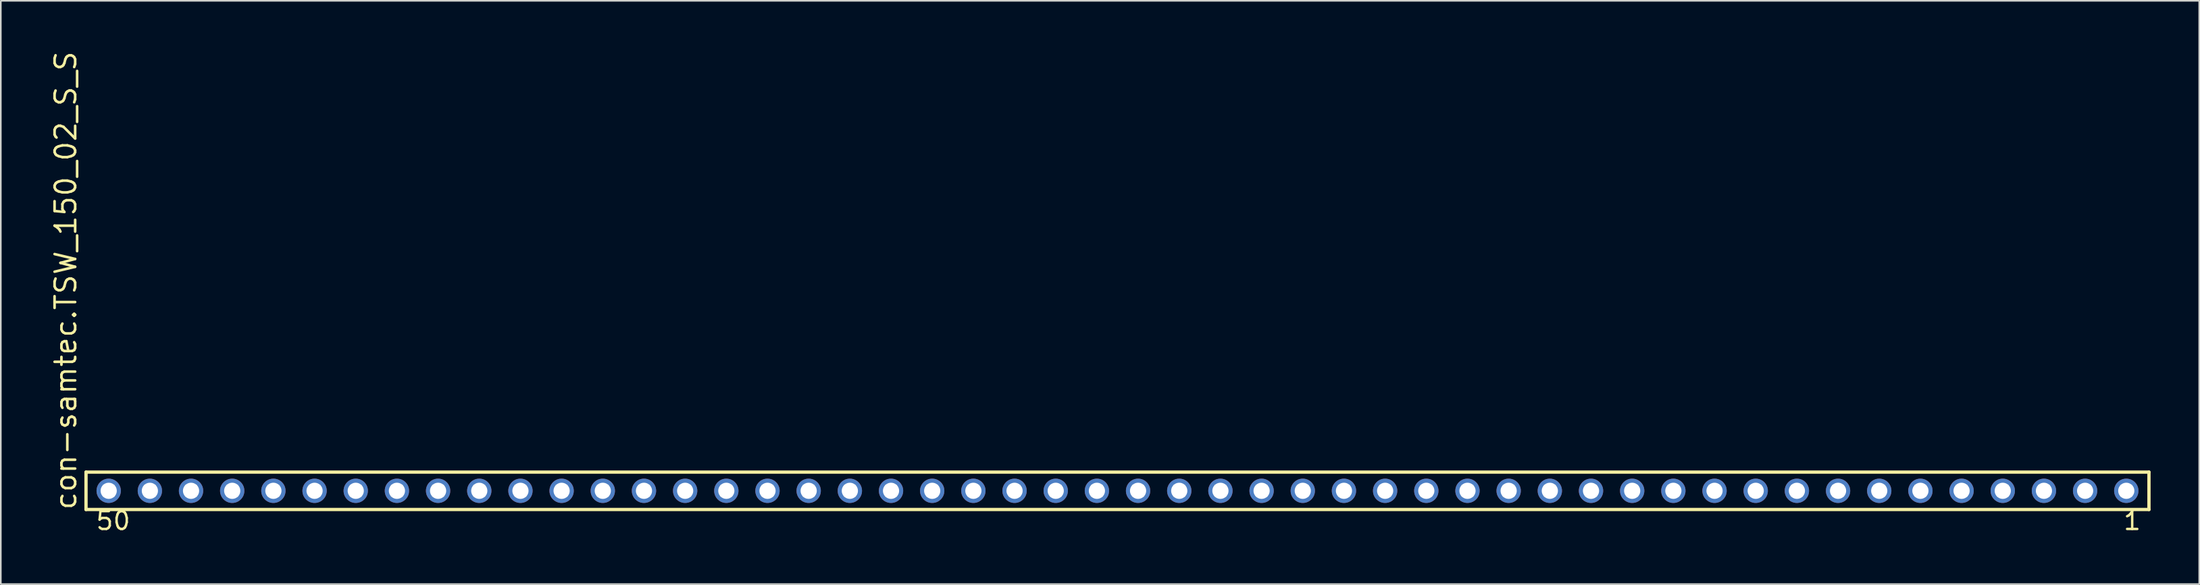
<source format=kicad_pcb>
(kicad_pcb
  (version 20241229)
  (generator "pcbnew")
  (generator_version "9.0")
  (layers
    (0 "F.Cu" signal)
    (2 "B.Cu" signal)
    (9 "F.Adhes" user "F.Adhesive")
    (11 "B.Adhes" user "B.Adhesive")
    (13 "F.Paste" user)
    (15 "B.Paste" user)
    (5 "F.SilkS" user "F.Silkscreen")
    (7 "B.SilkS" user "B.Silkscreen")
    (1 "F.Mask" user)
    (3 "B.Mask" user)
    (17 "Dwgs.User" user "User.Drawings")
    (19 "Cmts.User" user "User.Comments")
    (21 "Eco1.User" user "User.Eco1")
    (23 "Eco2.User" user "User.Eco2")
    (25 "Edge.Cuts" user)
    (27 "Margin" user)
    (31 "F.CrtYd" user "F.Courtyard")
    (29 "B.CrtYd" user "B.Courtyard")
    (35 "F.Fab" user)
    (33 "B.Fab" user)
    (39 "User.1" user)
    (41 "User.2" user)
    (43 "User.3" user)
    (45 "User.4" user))
  (footprint "con-samtec.TSW_150_02_S_S"
    (layer "F.Cu")
    (at 65.885 27.259)
    (property "Reference" "con-samtec.TSW_150_02_S_S" (at -64.135 1.27 90) (layer "F.SilkS") (effects (font (size 1.27 1.27) (thickness 0.16)) (justify left bottom)))
    (attr through_hole)
    (fp_line (start -63.629 -1.155) (end 63.629 -1.155) (stroke (width 0.203) (type default)) (layer "F.SilkS"))
    (fp_line (start -63.629 1.155) (end -63.629 -1.155) (stroke (width 0.203) (type default)) (layer "F.SilkS"))
    (fp_line (start 63.629 -1.155) (end 63.629 1.155) (stroke (width 0.203) (type default)) (layer "F.SilkS"))
    (fp_line (start 63.629 1.155) (end -63.629 1.155) (stroke (width 0.203) (type default)) (layer "F.SilkS"))
    (fp_rect (start -62.58 0.35) (end -61.88 -0.35) (stroke (width 0.05) (type default)) (fill no) (layer "F.Fab"))
    (fp_rect (start -60.04 0.35) (end -59.34 -0.35) (stroke (width 0.05) (type default)) (fill no) (layer "F.Fab"))
    (fp_rect (start -57.5 0.35) (end -56.8 -0.35) (stroke (width 0.05) (type default)) (fill no) (layer "F.Fab"))
    (fp_rect (start -54.96 0.35) (end -54.26 -0.35) (stroke (width 0.05) (type default)) (fill no) (layer "F.Fab"))
    (fp_rect (start -52.42 0.35) (end -51.72 -0.35) (stroke (width 0.05) (type default)) (fill no) (layer "F.Fab"))
    (fp_rect (start -49.88 0.35) (end -49.18 -0.35) (stroke (width 0.05) (type default)) (fill no) (layer "F.Fab"))
    (fp_rect (start -47.34 0.35) (end -46.64 -0.35) (stroke (width 0.05) (type default)) (fill no) (layer "F.Fab"))
    (fp_rect (start -44.8 0.35) (end -44.1 -0.35) (stroke (width 0.05) (type default)) (fill no) (layer "F.Fab"))
    (fp_rect (start -42.26 0.35) (end -41.56 -0.35) (stroke (width 0.05) (type default)) (fill no) (layer "F.Fab"))
    (fp_rect (start -39.72 0.35) (end -39.02 -0.35) (stroke (width 0.05) (type default)) (fill no) (layer "F.Fab"))
    (fp_rect (start -37.18 0.35) (end -36.48 -0.35) (stroke (width 0.05) (type default)) (fill no) (layer "F.Fab"))
    (fp_rect (start -34.64 0.35) (end -33.94 -0.35) (stroke (width 0.05) (type default)) (fill no) (layer "F.Fab"))
    (fp_rect (start -32.1 0.35) (end -31.4 -0.35) (stroke (width 0.05) (type default)) (fill no) (layer "F.Fab"))
    (fp_rect (start -29.56 0.35) (end -28.86 -0.35) (stroke (width 0.05) (type default)) (fill no) (layer "F.Fab"))
    (fp_rect (start -27.02 0.35) (end -26.32 -0.35) (stroke (width 0.05) (type default)) (fill no) (layer "F.Fab"))
    (fp_rect (start -24.48 0.35) (end -23.78 -0.35) (stroke (width 0.05) (type default)) (fill no) (layer "F.Fab"))
    (fp_rect (start -21.94 0.35) (end -21.24 -0.35) (stroke (width 0.05) (type default)) (fill no) (layer "F.Fab"))
    (fp_rect (start -19.4 0.35) (end -18.7 -0.35) (stroke (width 0.05) (type default)) (fill no) (layer "F.Fab"))
    (fp_rect (start -16.86 0.35) (end -16.16 -0.35) (stroke (width 0.05) (type default)) (fill no) (layer "F.Fab"))
    (fp_rect (start -14.32 0.35) (end -13.62 -0.35) (stroke (width 0.05) (type default)) (fill no) (layer "F.Fab"))
    (fp_rect (start -11.78 0.35) (end -11.08 -0.35) (stroke (width 0.05) (type default)) (fill no) (layer "F.Fab"))
    (fp_rect (start -9.24 0.35) (end -8.54 -0.35) (stroke (width 0.05) (type default)) (fill no) (layer "F.Fab"))
    (fp_rect (start -6.7 0.35) (end -6 -0.35) (stroke (width 0.05) (type default)) (fill no) (layer "F.Fab"))
    (fp_rect (start -4.16 0.35) (end -3.46 -0.35) (stroke (width 0.05) (type default)) (fill no) (layer "F.Fab"))
    (fp_rect (start -1.62 0.35) (end -0.92 -0.35) (stroke (width 0.05) (type default)) (fill no) (layer "F.Fab"))
    (fp_rect (start 0.92 0.35) (end 1.62 -0.35) (stroke (width 0.05) (type default)) (fill no) (layer "F.Fab"))
    (fp_rect (start 3.46 0.35) (end 4.16 -0.35) (stroke (width 0.05) (type default)) (fill no) (layer "F.Fab"))
    (fp_rect (start 6 0.35) (end 6.7 -0.35) (stroke (width 0.05) (type default)) (fill no) (layer "F.Fab"))
    (fp_rect (start 8.54 0.35) (end 9.24 -0.35) (stroke (width 0.05) (type default)) (fill no) (layer "F.Fab"))
    (fp_rect (start 11.08 0.35) (end 11.78 -0.35) (stroke (width 0.05) (type default)) (fill no) (layer "F.Fab"))
    (fp_rect (start 13.62 0.35) (end 14.32 -0.35) (stroke (width 0.05) (type default)) (fill no) (layer "F.Fab"))
    (fp_rect (start 16.16 0.35) (end 16.86 -0.35) (stroke (width 0.05) (type default)) (fill no) (layer "F.Fab"))
    (fp_rect (start 18.7 0.35) (end 19.4 -0.35) (stroke (width 0.05) (type default)) (fill no) (layer "F.Fab"))
    (fp_rect (start 21.24 0.35) (end 21.94 -0.35) (stroke (width 0.05) (type default)) (fill no) (layer "F.Fab"))
    (fp_rect (start 23.78 0.35) (end 24.48 -0.35) (stroke (width 0.05) (type default)) (fill no) (layer "F.Fab"))
    (fp_rect (start 26.32 0.35) (end 27.02 -0.35) (stroke (width 0.05) (type default)) (fill no) (layer "F.Fab"))
    (fp_rect (start 28.86 0.35) (end 29.56 -0.35) (stroke (width 0.05) (type default)) (fill no) (layer "F.Fab"))
    (fp_rect (start 31.4 0.35) (end 32.1 -0.35) (stroke (width 0.05) (type default)) (fill no) (layer "F.Fab"))
    (fp_rect (start 33.94 0.35) (end 34.64 -0.35) (stroke (width 0.05) (type default)) (fill no) (layer "F.Fab"))
    (fp_rect (start 36.48 0.35) (end 37.18 -0.35) (stroke (width 0.05) (type default)) (fill no) (layer "F.Fab"))
    (fp_rect (start 39.02 0.35) (end 39.72 -0.35) (stroke (width 0.05) (type default)) (fill no) (layer "F.Fab"))
    (fp_rect (start 41.56 0.35) (end 42.26 -0.35) (stroke (width 0.05) (type default)) (fill no) (layer "F.Fab"))
    (fp_rect (start 44.1 0.35) (end 44.8 -0.35) (stroke (width 0.05) (type default)) (fill no) (layer "F.Fab"))
    (fp_rect (start 46.64 0.35) (end 47.34 -0.35) (stroke (width 0.05) (type default)) (fill no) (layer "F.Fab"))
    (fp_rect (start 49.18 0.35) (end 49.88 -0.35) (stroke (width 0.05) (type default)) (fill no) (layer "F.Fab"))
    (fp_rect (start 51.72 0.35) (end 52.42 -0.35) (stroke (width 0.05) (type default)) (fill no) (layer "F.Fab"))
    (fp_rect (start 54.26 0.35) (end 54.96 -0.35) (stroke (width 0.05) (type default)) (fill no) (layer "F.Fab"))
    (fp_rect (start 56.8 0.35) (end 57.5 -0.35) (stroke (width 0.05) (type default)) (fill no) (layer "F.Fab"))
    (fp_rect (start 59.34 0.35) (end 60.04 -0.35) (stroke (width 0.05) (type default)) (fill no) (layer "F.Fab"))
    (fp_rect (start 61.88 0.35) (end 62.58 -0.35) (stroke (width 0.05) (type default)) (fill no) (layer "F.Fab"))
    (fp_text user "1" (at 61.972 2.498 0) (layer "F.SilkS") (effects (font (size 1.1 1.1) (thickness 0.15)) (justify left bottom)))
    (fp_text user "50" (at -63.1 2.498 0) (layer "F.SilkS") (effects (font (size 1.1 1.1) (thickness 0.15)) (justify left bottom)))
    (pad "1" thru_hole circle (at 62.23 0 180) (size 1.5 1.5) (drill 1) (layers "*.Cu" "*.Mask"))
    (pad "2" thru_hole circle (at 59.69 0 180) (size 1.5 1.5) (drill 1) (layers "*.Cu" "*.Mask"))
    (pad "3" thru_hole circle (at 57.15 0 180) (size 1.5 1.5) (drill 1) (layers "*.Cu" "*.Mask"))
    (pad "4" thru_hole circle (at 54.61 0 180) (size 1.5 1.5) (drill 1) (layers "*.Cu" "*.Mask"))
    (pad "5" thru_hole circle (at 52.07 0 180) (size 1.5 1.5) (drill 1) (layers "*.Cu" "*.Mask"))
    (pad "6" thru_hole circle (at 49.53 0 180) (size 1.5 1.5) (drill 1) (layers "*.Cu" "*.Mask"))
    (pad "7" thru_hole circle (at 46.99 0 180) (size 1.5 1.5) (drill 1) (layers "*.Cu" "*.Mask"))
    (pad "8" thru_hole circle (at 44.45 0 180) (size 1.5 1.5) (drill 1) (layers "*.Cu" "*.Mask"))
    (pad "9" thru_hole circle (at 41.91 0 180) (size 1.5 1.5) (drill 1) (layers "*.Cu" "*.Mask"))
    (pad "10" thru_hole circle (at 39.37 0 180) (size 1.5 1.5) (drill 1) (layers "*.Cu" "*.Mask"))
    (pad "11" thru_hole circle (at 36.83 0 180) (size 1.5 1.5) (drill 1) (layers "*.Cu" "*.Mask"))
    (pad "12" thru_hole circle (at 34.29 0 180) (size 1.5 1.5) (drill 1) (layers "*.Cu" "*.Mask"))
    (pad "13" thru_hole circle (at 31.75 0 180) (size 1.5 1.5) (drill 1) (layers "*.Cu" "*.Mask"))
    (pad "14" thru_hole circle (at 29.21 0 180) (size 1.5 1.5) (drill 1) (layers "*.Cu" "*.Mask"))
    (pad "15" thru_hole circle (at 26.67 0 180) (size 1.5 1.5) (drill 1) (layers "*.Cu" "*.Mask"))
    (pad "16" thru_hole circle (at 24.13 0 180) (size 1.5 1.5) (drill 1) (layers "*.Cu" "*.Mask"))
    (pad "17" thru_hole circle (at 21.59 0 180) (size 1.5 1.5) (drill 1) (layers "*.Cu" "*.Mask"))
    (pad "18" thru_hole circle (at 19.05 0 180) (size 1.5 1.5) (drill 1) (layers "*.Cu" "*.Mask"))
    (pad "19" thru_hole circle (at 16.51 0 180) (size 1.5 1.5) (drill 1) (layers "*.Cu" "*.Mask"))
    (pad "20" thru_hole circle (at 13.97 0 180) (size 1.5 1.5) (drill 1) (layers "*.Cu" "*.Mask"))
    (pad "21" thru_hole circle (at 11.43 0 180) (size 1.5 1.5) (drill 1) (layers "*.Cu" "*.Mask"))
    (pad "22" thru_hole circle (at 8.89 0 180) (size 1.5 1.5) (drill 1) (layers "*.Cu" "*.Mask"))
    (pad "23" thru_hole circle (at 6.35 0 180) (size 1.5 1.5) (drill 1) (layers "*.Cu" "*.Mask"))
    (pad "24" thru_hole circle (at 3.81 0 180) (size 1.5 1.5) (drill 1) (layers "*.Cu" "*.Mask"))
    (pad "25" thru_hole circle (at 1.27 0 180) (size 1.5 1.5) (drill 1) (layers "*.Cu" "*.Mask"))
    (pad "26" thru_hole circle (at -1.27 0 180) (size 1.5 1.5) (drill 1) (layers "*.Cu" "*.Mask"))
    (pad "27" thru_hole circle (at -3.81 0 180) (size 1.5 1.5) (drill 1) (layers "*.Cu" "*.Mask"))
    (pad "28" thru_hole circle (at -6.35 0 180) (size 1.5 1.5) (drill 1) (layers "*.Cu" "*.Mask"))
    (pad "29" thru_hole circle (at -8.89 0 180) (size 1.5 1.5) (drill 1) (layers "*.Cu" "*.Mask"))
    (pad "30" thru_hole circle (at -11.43 0 180) (size 1.5 1.5) (drill 1) (layers "*.Cu" "*.Mask"))
    (pad "31" thru_hole circle (at -13.97 0 180) (size 1.5 1.5) (drill 1) (layers "*.Cu" "*.Mask"))
    (pad "32" thru_hole circle (at -16.51 0 180) (size 1.5 1.5) (drill 1) (layers "*.Cu" "*.Mask"))
    (pad "33" thru_hole circle (at -19.05 0 180) (size 1.5 1.5) (drill 1) (layers "*.Cu" "*.Mask"))
    (pad "34" thru_hole circle (at -21.59 0 180) (size 1.5 1.5) (drill 1) (layers "*.Cu" "*.Mask"))
    (pad "35" thru_hole circle (at -24.13 0 180) (size 1.5 1.5) (drill 1) (layers "*.Cu" "*.Mask"))
    (pad "36" thru_hole circle (at -26.67 0 180) (size 1.5 1.5) (drill 1) (layers "*.Cu" "*.Mask"))
    (pad "37" thru_hole circle (at -29.21 0 180) (size 1.5 1.5) (drill 1) (layers "*.Cu" "*.Mask"))
    (pad "38" thru_hole circle (at -31.75 0 180) (size 1.5 1.5) (drill 1) (layers "*.Cu" "*.Mask"))
    (pad "39" thru_hole circle (at -34.29 0 180) (size 1.5 1.5) (drill 1) (layers "*.Cu" "*.Mask"))
    (pad "40" thru_hole circle (at -36.83 0 180) (size 1.5 1.5) (drill 1) (layers "*.Cu" "*.Mask"))
    (pad "41" thru_hole circle (at -39.37 0 180) (size 1.5 1.5) (drill 1) (layers "*.Cu" "*.Mask"))
    (pad "42" thru_hole circle (at -41.91 0 180) (size 1.5 1.5) (drill 1) (layers "*.Cu" "*.Mask"))
    (pad "43" thru_hole circle (at -44.45 0 180) (size 1.5 1.5) (drill 1) (layers "*.Cu" "*.Mask"))
    (pad "44" thru_hole circle (at -46.99 0 180) (size 1.5 1.5) (drill 1) (layers "*.Cu" "*.Mask"))
    (pad "45" thru_hole circle (at -49.53 0 180) (size 1.5 1.5) (drill 1) (layers "*.Cu" "*.Mask"))
    (pad "46" thru_hole circle (at -52.07 0 180) (size 1.5 1.5) (drill 1) (layers "*.Cu" "*.Mask"))
    (pad "47" thru_hole circle (at -54.61 0 180) (size 1.5 1.5) (drill 1) (layers "*.Cu" "*.Mask"))
    (pad "48" thru_hole circle (at -57.15 0 180) (size 1.5 1.5) (drill 1) (layers "*.Cu" "*.Mask"))
    (pad "49" thru_hole circle (at -59.69 0 180) (size 1.5 1.5) (drill 1) (layers "*.Cu" "*.Mask"))
    (pad "50" thru_hole circle (at -62.23 0 180) (size 1.5 1.5) (drill 1) (layers "*.Cu" "*.Mask")))
  (gr_rect
    (start -3 -3)
    (end 132.616 33.02)
    (stroke (width 0.1) (type default))
    (fill no)
    (layer "Edge.Cuts")))
</source>
